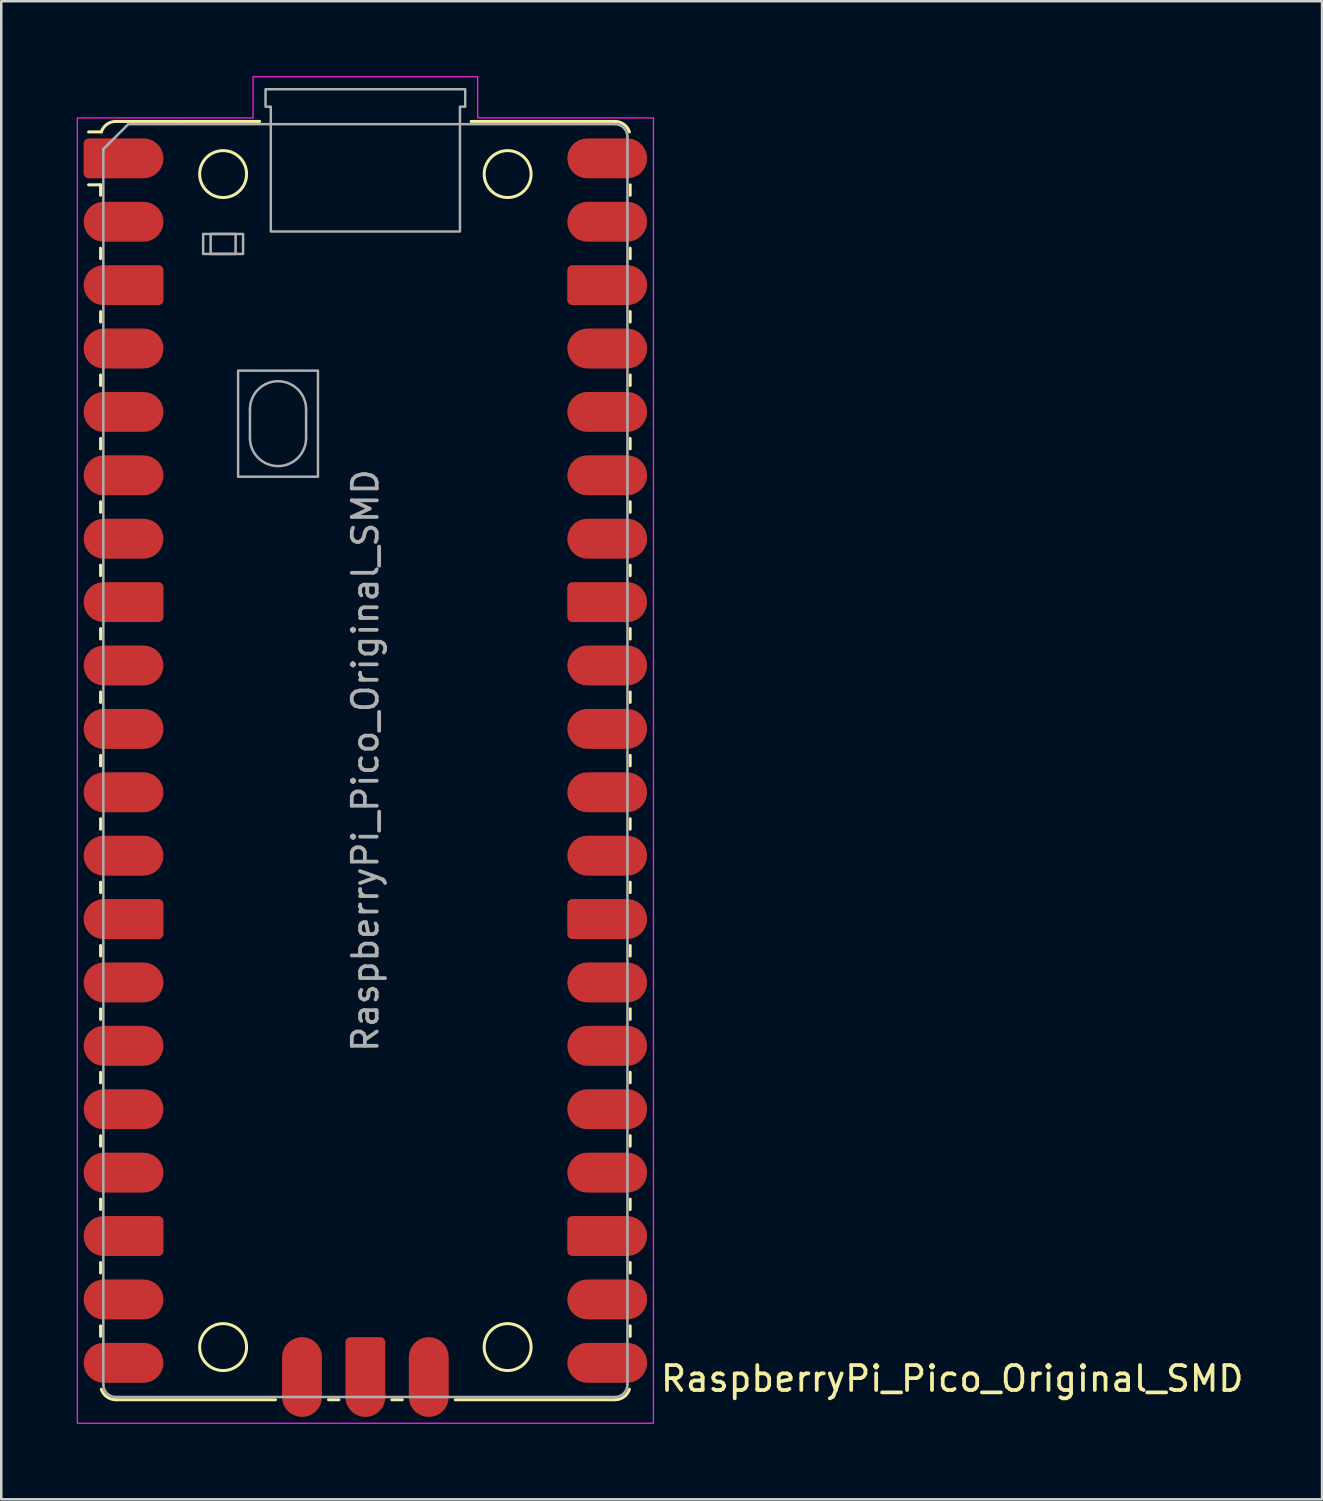
<source format=kicad_pcb>
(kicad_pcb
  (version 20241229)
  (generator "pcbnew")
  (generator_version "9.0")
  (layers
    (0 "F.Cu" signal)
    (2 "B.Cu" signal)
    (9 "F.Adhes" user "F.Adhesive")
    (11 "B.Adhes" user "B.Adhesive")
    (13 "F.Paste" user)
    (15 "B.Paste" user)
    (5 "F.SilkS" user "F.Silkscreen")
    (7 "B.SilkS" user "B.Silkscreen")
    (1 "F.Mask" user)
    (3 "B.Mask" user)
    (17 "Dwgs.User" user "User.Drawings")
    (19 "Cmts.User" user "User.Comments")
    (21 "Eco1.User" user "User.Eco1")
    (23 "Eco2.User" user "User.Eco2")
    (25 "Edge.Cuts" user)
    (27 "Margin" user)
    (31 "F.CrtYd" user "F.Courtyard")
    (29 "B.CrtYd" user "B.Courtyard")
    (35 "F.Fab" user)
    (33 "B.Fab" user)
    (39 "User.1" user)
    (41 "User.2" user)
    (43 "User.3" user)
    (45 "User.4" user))
  (footprint "RaspberryPi_Pico_Original_SMD"
    (layer "F.Cu")
    (at 11.59 27.425)
    (property "Reference" "RaspberryPi_Pico_Original_SMD" (at 11.748 24.765 0) (unlocked yes) (layer "F.SilkS") (effects (font (size 1 1) (thickness 0.15)) (justify left)))
    (attr smd)
    (fp_line (start -10.61 -23.07) (end -11.09 -23.07) (stroke (width 0.12) (type solid)) (layer "F.SilkS"))
    (fp_line (start -10.61 -23.07) (end -10.61 -22.65) (stroke (width 0.12) (type solid)) (layer "F.SilkS"))
    (fp_line (start -10.61 -20.53) (end -10.61 -20.11) (stroke (width 0.12) (type solid)) (layer "F.SilkS"))
    (fp_line (start -10.61 -17.99) (end -10.61 -17.57) (stroke (width 0.12) (type solid)) (layer "F.SilkS"))
    (fp_line (start -10.61 -15.45) (end -10.61 -15.03) (stroke (width 0.12) (type solid)) (layer "F.SilkS"))
    (fp_line (start -10.61 -12.91) (end -10.61 -12.49) (stroke (width 0.12) (type solid)) (layer "F.SilkS"))
    (fp_line (start -10.61 -10.37) (end -10.61 -9.95) (stroke (width 0.12) (type solid)) (layer "F.SilkS"))
    (fp_line (start -10.61 -7.83) (end -10.61 -7.41) (stroke (width 0.12) (type solid)) (layer "F.SilkS"))
    (fp_line (start -10.61 -5.29) (end -10.61 -4.87) (stroke (width 0.12) (type solid)) (layer "F.SilkS"))
    (fp_line (start -10.61 -2.75) (end -10.61 -2.33) (stroke (width 0.12) (type solid)) (layer "F.SilkS"))
    (fp_line (start -10.61 -0.21) (end -10.61 0.21) (stroke (width 0.12) (type solid)) (layer "F.SilkS"))
    (fp_line (start -10.61 2.33) (end -10.61 2.75) (stroke (width 0.12) (type solid)) (layer "F.SilkS"))
    (fp_line (start -10.61 4.87) (end -10.61 5.29) (stroke (width 0.12) (type solid)) (layer "F.SilkS"))
    (fp_line (start -10.61 7.41) (end -10.61 7.83) (stroke (width 0.12) (type solid)) (layer "F.SilkS"))
    (fp_line (start -10.61 9.95) (end -10.61 10.37) (stroke (width 0.12) (type solid)) (layer "F.SilkS"))
    (fp_line (start -10.61 12.49) (end -10.61 12.91) (stroke (width 0.12) (type solid)) (layer "F.SilkS"))
    (fp_line (start -10.61 15.03) (end -10.61 15.45) (stroke (width 0.12) (type solid)) (layer "F.SilkS"))
    (fp_line (start -10.61 17.57) (end -10.61 17.99) (stroke (width 0.12) (type solid)) (layer "F.SilkS"))
    (fp_line (start -10.61 20.11) (end -10.61 20.53) (stroke (width 0.12) (type solid)) (layer "F.SilkS"))
    (fp_line (start -10.61 22.65) (end -10.61 23.07) (stroke (width 0.12) (type solid)) (layer "F.SilkS"))
    (fp_line (start -10.58 -25.19) (end -11.09 -25.19) (stroke (width 0.12) (type solid)) (layer "F.SilkS"))
    (fp_line (start -10 -25.61) (end -7.51 -25.61) (stroke (width 0.12) (type solid)) (layer "F.SilkS"))
    (fp_line (start -10 25.61) (end -3.6 25.61) (stroke (width 0.12) (type solid)) (layer "F.SilkS"))
    (fp_line (start -7.51 -25.61) (end -4.235 -25.61) (stroke (width 0.12) (type solid)) (layer "F.SilkS"))
    (fp_line (start -1.48 25.61) (end -1.06 25.61) (stroke (width 0.12) (type solid)) (layer "F.SilkS"))
    (fp_line (start 1.06 25.61) (end 1.48 25.61) (stroke (width 0.12) (type solid)) (layer "F.SilkS"))
    (fp_line (start 3.6 25.61) (end 10 25.61) (stroke (width 0.12) (type solid)) (layer "F.SilkS"))
    (fp_line (start 4.235 -25.61) (end 7.51 -25.61) (stroke (width 0.12) (type solid)) (layer "F.SilkS"))
    (fp_line (start 10 -25.61) (end 7.51 -25.61) (stroke (width 0.12) (type solid)) (layer "F.SilkS"))
    (fp_line (start 10.61 -23.07) (end 10.61 -22.65) (stroke (width 0.12) (type solid)) (layer "F.SilkS"))
    (fp_line (start 10.61 -20.53) (end 10.61 -20.11) (stroke (width 0.12) (type solid)) (layer "F.SilkS"))
    (fp_line (start 10.61 -17.99) (end 10.61 -17.57) (stroke (width 0.12) (type solid)) (layer "F.SilkS"))
    (fp_line (start 10.61 -15.45) (end 10.61 -15.03) (stroke (width 0.12) (type solid)) (layer "F.SilkS"))
    (fp_line (start 10.61 -12.91) (end 10.61 -12.49) (stroke (width 0.12) (type solid)) (layer "F.SilkS"))
    (fp_line (start 10.61 -10.37) (end 10.61 -9.95) (stroke (width 0.12) (type solid)) (layer "F.SilkS"))
    (fp_line (start 10.61 -7.83) (end 10.61 -7.41) (stroke (width 0.12) (type solid)) (layer "F.SilkS"))
    (fp_line (start 10.61 -5.29) (end 10.61 -4.87) (stroke (width 0.12) (type solid)) (layer "F.SilkS"))
    (fp_line (start 10.61 -2.75) (end 10.61 -2.33) (stroke (width 0.12) (type solid)) (layer "F.SilkS"))
    (fp_line (start 10.61 -0.21) (end 10.61 0.21) (stroke (width 0.12) (type solid)) (layer "F.SilkS"))
    (fp_line (start 10.61 2.33) (end 10.61 2.75) (stroke (width 0.12) (type solid)) (layer "F.SilkS"))
    (fp_line (start 10.61 4.87) (end 10.61 5.29) (stroke (width 0.12) (type solid)) (layer "F.SilkS"))
    (fp_line (start 10.61 7.41) (end 10.61 7.83) (stroke (width 0.12) (type solid)) (layer "F.SilkS"))
    (fp_line (start 10.61 9.95) (end 10.61 10.37) (stroke (width 0.12) (type solid)) (layer "F.SilkS"))
    (fp_line (start 10.61 12.49) (end 10.61 12.91) (stroke (width 0.12) (type solid)) (layer "F.SilkS"))
    (fp_line (start 10.61 15.03) (end 10.61 15.45) (stroke (width 0.12) (type solid)) (layer "F.SilkS"))
    (fp_line (start 10.61 17.57) (end 10.61 17.99) (stroke (width 0.12) (type solid)) (layer "F.SilkS"))
    (fp_line (start 10.61 20.11) (end 10.61 20.53) (stroke (width 0.12) (type solid)) (layer "F.SilkS"))
    (fp_line (start 10.61 22.65) (end 10.61 23.07) (stroke (width 0.12) (type solid)) (layer "F.SilkS"))
    (fp_arc (start -10.579676 -25.19) (mid -10.357938 -25.493944) (end -10 -25.61) (stroke (width 0.12) (type solid)) (layer "F.SilkS"))
    (fp_arc (start -10 25.61) (mid -10.357937 25.493944) (end -10.579676 25.189937) (stroke (width 0.12) (type solid)) (layer "F.SilkS"))
    (fp_arc (start 10 -25.61) (mid 10.357937 -25.493944) (end 10.579676 -25.189937) (stroke (width 0.12) (type solid)) (layer "F.SilkS"))
    (fp_arc (start 10.579676 25.189937) (mid 10.357958 25.493991) (end 10 25.61) (stroke (width 0.12) (type solid)) (layer "F.SilkS"))
    (fp_circle (center -5.7 -23.5) (end -4.76 -23.5) (stroke (width 0.12) (type solid)) (fill no) (layer "F.SilkS"))
    (fp_circle (center -5.7 23.5) (end -4.76 23.5) (stroke (width 0.12) (type solid)) (fill no) (layer "F.SilkS"))
    (fp_circle (center 5.7 -23.5) (end 6.64 -23.5) (stroke (width 0.12) (type solid)) (fill no) (layer "F.SilkS"))
    (fp_circle (center 5.7 23.5) (end 6.64 23.5) (stroke (width 0.12) (type solid)) (fill no) (layer "F.SilkS"))
    (fp_poly (pts (xy -4.5 -27.4) (xy 4.5 -27.4) (xy 4.5 -25.75) (xy 11.54 -25.75) (xy 11.54 26.55) (xy -11.54 26.55) (xy -11.54 -25.75) (xy -4.5 -25.75)) (stroke (width 0.05) (type solid)) (fill no) (layer "F.CrtYd"))
    (fp_line (start -10.5 -24.5) (end -9.5 -25.5) (stroke (width 0.1) (type solid)) (layer "F.Fab"))
    (fp_line (start -10.5 25) (end -10.5 -24.5) (stroke (width 0.1) (type solid)) (layer "F.Fab"))
    (fp_line (start -9.5 -25.5) (end 10 -25.5) (stroke (width 0.1) (type solid)) (layer "F.Fab"))
    (fp_line (start -4.625 -14.075) (end -4.625 -12.925) (stroke (width 0.1) (type solid)) (layer "F.Fab"))
    (fp_line (start -2.375 -14.075) (end -2.375 -12.925) (stroke (width 0.1) (type solid)) (layer "F.Fab"))
    (fp_line (start 10 25.5) (end -10 25.5) (stroke (width 0.1) (type solid)) (layer "F.Fab"))
    (fp_line (start 10.5 -25) (end 10.5 25) (stroke (width 0.1) (type solid)) (layer "F.Fab"))
    (fp_rect (start -6.5 -21.1) (end -4.9 -20.3) (stroke (width 0.1) (type solid)) (fill no) (layer "F.Fab"))
    (fp_rect (start -6.2 -21.1) (end -5.2 -20.3) (stroke (width 0.1) (type solid)) (fill no) (layer "F.Fab"))
    (fp_rect (start -5.1 -15.625) (end -1.9 -11.375) (stroke (width 0.1) (type solid)) (fill no) (layer "F.Fab"))
    (fp_arc (start -10 25.5) (mid -10.353553 25.353553) (end -10.5 25) (stroke (width 0.1) (type solid)) (layer "F.Fab"))
    (fp_arc (start -4.625 -14.075) (mid -3.5 -15.2) (end -2.375 -14.075) (stroke (width 0.1) (type solid)) (layer "F.Fab"))
    (fp_arc (start -2.375 -12.925) (mid -3.5 -11.8) (end -4.625 -12.925) (stroke (width 0.1) (type solid)) (layer "F.Fab"))
    (fp_arc (start 10 -25.5) (mid 10.353553 -25.353553) (end 10.5 -25) (stroke (width 0.1) (type solid)) (layer "F.Fab"))
    (fp_arc (start 10.5 25) (mid 10.353553 25.353553) (end 10 25.5) (stroke (width 0.1) (type solid)) (layer "F.Fab"))
    (fp_poly (pts (xy 3.79 -21.2) (xy 3.79 -26.2) (xy 4 -26.2) (xy 4 -26.9) (xy -4 -26.9) (xy -4 -26.2) (xy -3.79 -26.2) (xy -3.79 -21.2)) (stroke (width 0.1) (type solid)) (fill no) (layer "F.Fab"))
    (fp_text user "${REFERENCE}" (at 0 0 90) (layer "F.Fab") (effects (font (size 1 1) (thickness 0.15))))
    (pad "" smd rect (at -8.89 -24.13) (size 3.8 2.2) (drill (offset -0.8 0)) (layers "F.Paste"))
    (pad "" smd rect (at -8.89 -21.59) (size 3.8 2.2) (drill (offset -0.8 0)) (layers "F.Paste"))
    (pad "" smd rect (at -8.89 -19.05) (size 3.8 2.2) (drill (offset -0.8 0)) (layers "F.Paste"))
    (pad "" smd rect (at -8.89 -16.51) (size 3.8 2.2) (drill (offset -0.8 0)) (layers "F.Paste"))
    (pad "" smd rect (at -8.89 -13.97) (size 3.8 2.2) (drill (offset -0.8 0)) (layers "F.Paste"))
    (pad "" smd rect (at -8.89 -11.43) (size 3.8 2.2) (drill (offset -0.8 0)) (layers "F.Paste"))
    (pad "" smd rect (at -8.89 -8.89) (size 3.8 2.2) (drill (offset -0.8 0)) (layers "F.Paste"))
    (pad "" smd rect (at -8.89 -6.35) (size 3.8 2.2) (drill (offset -0.8 0)) (layers "F.Paste"))
    (pad "" smd rect (at -8.89 -3.81) (size 3.8 2.2) (drill (offset -0.8 0)) (layers "F.Paste"))
    (pad "" smd rect (at -8.89 -1.27) (size 3.8 2.2) (drill (offset -0.8 0)) (layers "F.Paste"))
    (pad "" smd rect (at -8.89 1.27) (size 3.8 2.2) (drill (offset -0.8 0)) (layers "F.Paste"))
    (pad "" smd rect (at -8.89 3.81) (size 3.8 2.2) (drill (offset -0.8 0)) (layers "F.Paste"))
    (pad "" smd rect (at -8.89 6.35) (size 3.8 2.2) (drill (offset -0.8 0)) (layers "F.Paste"))
    (pad "" smd rect (at -8.89 8.89) (size 3.8 2.2) (drill (offset -0.8 0)) (layers "F.Paste"))
    (pad "" smd rect (at -8.89 11.43) (size 3.8 2.2) (drill (offset -0.8 0)) (layers "F.Paste"))
    (pad "" smd rect (at -8.89 13.97) (size 3.8 2.2) (drill (offset -0.8 0)) (layers "F.Paste"))
    (pad "" smd rect (at -8.89 16.51) (size 3.8 2.2) (drill (offset -0.8 0)) (layers "F.Paste"))
    (pad "" smd rect (at -8.89 19.05) (size 3.8 2.2) (drill (offset -0.8 0)) (layers "F.Paste"))
    (pad "" smd rect (at -8.89 21.59) (size 3.8 2.2) (drill (offset -0.8 0)) (layers "F.Paste"))
    (pad "" smd rect (at -8.89 24.13) (size 3.8 2.2) (drill (offset -0.8 0)) (layers "F.Paste"))
    (pad "" smd rect (at -2.54 23.9) (size 2.2 3.8) (drill (offset 0 0.8)) (layers "F.Paste"))
    (pad "" smd rect (at 0 23.9) (size 2.2 3.8) (drill (offset 0 0.8)) (layers "F.Paste"))
    (pad "" smd rect (at 2.54 23.9) (size 2.2 3.8) (drill (offset 0 0.8)) (layers "F.Paste"))
    (pad "" smd rect (at 8.89 -24.13) (size 3.8 2.2) (drill (offset 0.8 0)) (layers "F.Paste"))
    (pad "" smd rect (at 8.89 -21.59) (size 3.8 2.2) (drill (offset 0.8 0)) (layers "F.Paste"))
    (pad "" smd rect (at 8.89 -19.05) (size 3.8 2.2) (drill (offset 0.8 0)) (layers "F.Paste"))
    (pad "" smd rect (at 8.89 -16.51) (size 3.8 2.2) (drill (offset 0.8 0)) (layers "F.Paste"))
    (pad "" smd rect (at 8.89 -13.97) (size 3.8 2.2) (drill (offset 0.8 0)) (layers "F.Paste"))
    (pad "" smd rect (at 8.89 -11.43) (size 3.8 2.2) (drill (offset 0.8 0)) (layers "F.Paste"))
    (pad "" smd rect (at 8.89 -8.89) (size 3.8 2.2) (drill (offset 0.8 0)) (layers "F.Paste"))
    (pad "" smd rect (at 8.89 -6.35) (size 3.8 2.2) (drill (offset 0.8 0)) (layers "F.Paste"))
    (pad "" smd rect (at 8.89 -3.81) (size 3.8 2.2) (drill (offset 0.8 0)) (layers "F.Paste"))
    (pad "" smd rect (at 8.89 -1.27) (size 3.8 2.2) (drill (offset 0.8 0)) (layers "F.Paste"))
    (pad "" smd rect (at 8.89 1.27) (size 3.8 2.2) (drill (offset 0.8 0)) (layers "F.Paste"))
    (pad "" smd rect (at 8.89 3.81) (size 3.8 2.2) (drill (offset 0.8 0)) (layers "F.Paste"))
    (pad "" smd rect (at 8.89 6.35) (size 3.8 2.2) (drill (offset 0.8 0)) (layers "F.Paste"))
    (pad "" smd rect (at 8.89 8.89) (size 3.8 2.2) (drill (offset 0.8 0)) (layers "F.Paste"))
    (pad "" smd rect (at 8.89 11.43) (size 3.8 2.2) (drill (offset 0.8 0)) (layers "F.Paste"))
    (pad "" smd rect (at 8.89 13.97) (size 3.8 2.2) (drill (offset 0.8 0)) (layers "F.Paste"))
    (pad "" smd rect (at 8.89 16.51) (size 3.8 2.2) (drill (offset 0.8 0)) (layers "F.Paste"))
    (pad "" smd rect (at 8.89 19.05) (size 3.8 2.2) (drill (offset 0.8 0)) (layers "F.Paste"))
    (pad "" smd rect (at 8.89 21.59) (size 3.8 2.2) (drill (offset 0.8 0)) (layers "F.Paste"))
    (pad "" smd rect (at 8.89 24.13) (size 3.8 2.2) (drill (offset 0.8 0)) (layers "F.Paste"))
    (pad "1" smd custom (at -8.89 -24.13) (size 1.6 1.6) (layers "F.Cu" "F.Mask") (options (anchor circle)) (primitives (gr_poly (pts (xy -2.4 0.6) (xy -2.4 -0.6) (xy -2.2 -0.8) (xy 0 -0.8) (xy 0 0.8) (xy -2.2 0.8)) (width 0) (fill yes)) (gr_circle (center -2.2 0.6) (end -2 0.6) (width 0) (fill yes)) (gr_circle (center -2.2 -0.6) (end -2 -0.6) (width 0) (fill yes))))
    (pad "2" smd roundrect (at -8.89 -21.59) (size 3.2 1.6) (drill (offset -0.8 0)) (layers "F.Cu" "F.Mask") (roundrect_rratio 0.5))
    (pad "3" smd custom (at -8.89 -19.05) (size 1.6 1.6) (layers "F.Cu" "F.Mask") (options (anchor circle)) (primitives (gr_poly (pts (xy 0.8 -0.6) (xy 0.8 0.6) (xy 0.6 0.8) (xy -1.6 0.8) (xy -1.6 -0.8) (xy 0.6 -0.8)) (width 0) (fill yes)) (gr_circle (center 0.6 0.6) (end 0.8 0.6) (width 0) (fill yes)) (gr_circle (center 0.6 -0.6) (end 0.8 -0.6) (width 0) (fill yes)) (gr_circle (center -1.6 0) (end -0.8 0) (width 0) (fill yes))))
    (pad "4" smd roundrect (at -8.89 -16.51) (size 3.2 1.6) (drill (offset -0.8 0)) (layers "F.Cu" "F.Mask") (roundrect_rratio 0.5))
    (pad "5" smd roundrect (at -8.89 -13.97) (size 3.2 1.6) (drill (offset -0.8 0)) (layers "F.Cu" "F.Mask") (roundrect_rratio 0.5))
    (pad "6" smd roundrect (at -8.89 -11.43) (size 3.2 1.6) (drill (offset -0.8 0)) (layers "F.Cu" "F.Mask") (roundrect_rratio 0.5))
    (pad "7" smd roundrect (at -8.89 -8.89) (size 3.2 1.6) (drill (offset -0.8 0)) (layers "F.Cu" "F.Mask") (roundrect_rratio 0.5))
    (pad "8" smd custom (at -8.89 -6.35) (size 1.6 1.6) (layers "F.Cu" "F.Mask") (options (anchor circle)) (primitives (gr_poly (pts (xy 0.8 -0.6) (xy 0.8 0.6) (xy 0.6 0.8) (xy -1.6 0.8) (xy -1.6 -0.8) (xy 0.6 -0.8)) (width 0) (fill yes)) (gr_circle (center 0.6 0.6) (end 0.8 0.6) (width 0) (fill yes)) (gr_circle (center 0.6 -0.6) (end 0.8 -0.6) (width 0) (fill yes)) (gr_circle (center -1.6 0) (end -0.8 0) (width 0) (fill yes))))
    (pad "9" smd roundrect (at -8.89 -3.81) (size 3.2 1.6) (drill (offset -0.8 0)) (layers "F.Cu" "F.Mask") (roundrect_rratio 0.5))
    (pad "10" smd roundrect (at -8.89 -1.27) (size 3.2 1.6) (drill (offset -0.8 0)) (layers "F.Cu" "F.Mask") (roundrect_rratio 0.5))
    (pad "11" smd roundrect (at -8.89 1.27) (size 3.2 1.6) (drill (offset -0.8 0)) (layers "F.Cu" "F.Mask") (roundrect_rratio 0.5))
    (pad "12" smd roundrect (at -8.89 3.81) (size 3.2 1.6) (drill (offset -0.8 0)) (layers "F.Cu" "F.Mask") (roundrect_rratio 0.5))
    (pad "13" smd custom (at -8.89 6.35) (size 1.6 1.6) (layers "F.Cu" "F.Mask") (options (anchor circle)) (primitives (gr_poly (pts (xy 0.8 -0.6) (xy 0.8 0.6) (xy 0.6 0.8) (xy -1.6 0.8) (xy -1.6 -0.8) (xy 0.6 -0.8)) (width 0) (fill yes)) (gr_circle (center 0.6 0.6) (end 0.8 0.6) (width 0) (fill yes)) (gr_circle (center 0.6 -0.6) (end 0.8 -0.6) (width 0) (fill yes)) (gr_circle (center -1.6 0) (end -0.8 0) (width 0) (fill yes))))
    (pad "14" smd roundrect (at -8.89 8.89) (size 3.2 1.6) (drill (offset -0.8 0)) (layers "F.Cu" "F.Mask") (roundrect_rratio 0.5))
    (pad "15" smd roundrect (at -8.89 11.43) (size 3.2 1.6) (drill (offset -0.8 0)) (layers "F.Cu" "F.Mask") (roundrect_rratio 0.5))
    (pad "16" smd roundrect (at -8.89 13.97) (size 3.2 1.6) (drill (offset -0.8 0)) (layers "F.Cu" "F.Mask") (roundrect_rratio 0.5))
    (pad "17" smd roundrect (at -8.89 16.51) (size 3.2 1.6) (drill (offset -0.8 0)) (layers "F.Cu" "F.Mask") (roundrect_rratio 0.5))
    (pad "18" smd custom (at -8.89 19.05) (size 1.6 1.6) (layers "F.Cu" "F.Mask") (options (anchor circle)) (primitives (gr_poly (pts (xy 0.8 -0.6) (xy 0.8 0.6) (xy 0.6 0.8) (xy -1.6 0.8) (xy -1.6 -0.8) (xy 0.6 -0.8)) (width 0) (fill yes)) (gr_circle (center 0.6 0.6) (end 0.8 0.6) (width 0) (fill yes)) (gr_circle (center 0.6 -0.6) (end 0.8 -0.6) (width 0) (fill yes)) (gr_circle (center -1.6 0) (end -0.8 0) (width 0) (fill yes))))
    (pad "19" smd roundrect (at -8.89 21.59) (size 3.2 1.6) (drill (offset -0.8 0)) (layers "F.Cu" "F.Mask") (roundrect_rratio 0.5))
    (pad "20" smd roundrect (at -8.89 24.13) (size 3.2 1.6) (drill (offset -0.8 0)) (layers "F.Cu" "F.Mask") (roundrect_rratio 0.5))
    (pad "21" smd roundrect (at 8.89 24.13) (size 3.2 1.6) (drill (offset 0.8 0)) (layers "F.Cu" "F.Mask") (roundrect_rratio 0.5))
    (pad "22" smd roundrect (at 8.89 21.59) (size 3.2 1.6) (drill (offset 0.8 0)) (layers "F.Cu" "F.Mask") (roundrect_rratio 0.5))
    (pad "23" smd custom (at 8.89 19.05) (size 1.6 1.6) (layers "F.Cu" "F.Mask") (options (anchor circle)) (primitives (gr_poly (pts (xy -0.8 -0.6) (xy -0.8 0.6) (xy -0.6 0.8) (xy 1.6 0.8) (xy 1.6 -0.8) (xy -0.6 -0.8)) (width 0) (fill yes)) (gr_circle (center -0.6 0.6) (end -0.4 0.6) (width 0) (fill yes)) (gr_circle (center -0.6 -0.6) (end -0.4 -0.6) (width 0) (fill yes)) (gr_circle (center 1.6 0) (end 2.4 0) (width 0) (fill yes))))
    (pad "24" smd roundrect (at 8.89 16.51) (size 3.2 1.6) (drill (offset 0.8 0)) (layers "F.Cu" "F.Mask") (roundrect_rratio 0.5))
    (pad "25" smd roundrect (at 8.89 13.97) (size 3.2 1.6) (drill (offset 0.8 0)) (layers "F.Cu" "F.Mask") (roundrect_rratio 0.5))
    (pad "26" smd roundrect (at 8.89 11.43) (size 3.2 1.6) (drill (offset 0.8 0)) (layers "F.Cu" "F.Mask") (roundrect_rratio 0.5))
    (pad "27" smd roundrect (at 8.89 8.89) (size 3.2 1.6) (drill (offset 0.8 0)) (layers "F.Cu" "F.Mask") (roundrect_rratio 0.5))
    (pad "28" smd custom (at 8.89 6.35) (size 1.6 1.6) (layers "F.Cu" "F.Mask") (options (anchor circle)) (primitives (gr_poly (pts (xy -0.8 -0.6) (xy -0.8 0.6) (xy -0.6 0.8) (xy 1.6 0.8) (xy 1.6 -0.8) (xy -0.6 -0.8)) (width 0) (fill yes)) (gr_circle (center -0.6 0.6) (end -0.4 0.6) (width 0) (fill yes)) (gr_circle (center -0.6 -0.6) (end -0.4 -0.6) (width 0) (fill yes)) (gr_circle (center 1.6 0) (end 2.4 0) (width 0) (fill yes))))
    (pad "29" smd roundrect (at 8.89 3.81) (size 3.2 1.6) (drill (offset 0.8 0)) (layers "F.Cu" "F.Mask") (roundrect_rratio 0.5))
    (pad "30" smd roundrect (at 8.89 1.27) (size 3.2 1.6) (drill (offset 0.8 0)) (layers "F.Cu" "F.Mask") (roundrect_rratio 0.5))
    (pad "31" smd roundrect (at 8.89 -1.27) (size 3.2 1.6) (drill (offset 0.8 0)) (layers "F.Cu" "F.Mask") (roundrect_rratio 0.5))
    (pad "32" smd roundrect (at 8.89 -3.81) (size 3.2 1.6) (drill (offset 0.8 0)) (layers "F.Cu" "F.Mask") (roundrect_rratio 0.5))
    (pad "33" smd custom (at 8.89 -6.35) (size 1.6 1.6) (layers "F.Cu" "F.Mask") (options (anchor circle)) (primitives (gr_poly (pts (xy -0.8 -0.6) (xy -0.8 0.6) (xy -0.6 0.8) (xy 1.6 0.8) (xy 1.6 -0.8) (xy -0.6 -0.8)) (width 0) (fill yes)) (gr_circle (center -0.6 0.6) (end -0.4 0.6) (width 0) (fill yes)) (gr_circle (center -0.6 -0.6) (end -0.4 -0.6) (width 0) (fill yes)) (gr_circle (center 1.6 0) (end 2.4 0) (width 0) (fill yes))))
    (pad "34" smd roundrect (at 8.89 -8.89) (size 3.2 1.6) (drill (offset 0.8 0)) (layers "F.Cu" "F.Mask") (roundrect_rratio 0.5))
    (pad "35" smd roundrect (at 8.89 -11.43) (size 3.2 1.6) (drill (offset 0.8 0)) (layers "F.Cu" "F.Mask") (roundrect_rratio 0.5))
    (pad "36" smd roundrect (at 8.89 -13.97) (size 3.2 1.6) (drill (offset 0.8 0)) (layers "F.Cu" "F.Mask") (roundrect_rratio 0.5))
    (pad "37" smd roundrect (at 8.89 -16.51) (size 3.2 1.6) (drill (offset 0.8 0)) (layers "F.Cu" "F.Mask") (roundrect_rratio 0.5))
    (pad "38" smd custom (at 8.89 -19.05) (size 1.6 1.6) (layers "F.Cu" "F.Mask") (options (anchor circle)) (primitives (gr_poly (pts (xy -0.8 -0.6) (xy -0.8 0.6) (xy -0.6 0.8) (xy 1.6 0.8) (xy 1.6 -0.8) (xy -0.6 -0.8)) (width 0) (fill yes)) (gr_circle (center -0.6 0.6) (end -0.4 0.6) (width 0) (fill yes)) (gr_circle (center -0.6 -0.6) (end -0.4 -0.6) (width 0) (fill yes)) (gr_circle (center 1.6 0) (end 2.4 0) (width 0) (fill yes))))
    (pad "39" smd roundrect (at 8.89 -21.59) (size 3.2 1.6) (drill (offset 0.8 0)) (layers "F.Cu" "F.Mask") (roundrect_rratio 0.5))
    (pad "40" smd roundrect (at 8.89 -24.13) (size 3.2 1.6) (drill (offset 0.8 0)) (layers "F.Cu" "F.Mask") (roundrect_rratio 0.5))
    (pad "D1" smd roundrect (at -2.54 23.9 90) (size 3.2 1.6) (drill (offset -0.8 0)) (layers "F.Cu" "F.Mask") (roundrect_rratio 0.5))
    (pad "D2" smd custom (at 0 23.9 270) (size 1.6 1.6) (layers "F.Cu" "F.Mask") (options (anchor circle)) (primitives (gr_poly (pts (xy -0.8 -0.6) (xy -0.8 0.6) (xy -0.6 0.8) (xy 1.6 0.8) (xy 1.6 -0.8) (xy -0.6 -0.8)) (width 0) (fill yes)) (gr_circle (center -0.6 0.6) (end -0.4 0.6) (width 0) (fill yes)) (gr_circle (center -0.6 -0.6) (end -0.4 -0.6) (width 0) (fill yes)) (gr_circle (center 1.6 0) (end 2.4 0) (width 0) (fill yes))))
    (pad "D3" smd roundrect (at 2.54 23.9 90) (size 3.2 1.6) (drill (offset -0.8 0)) (layers "F.Cu" "F.Mask") (roundrect_rratio 0.5)))
  (gr_rect
    (start -3 -3)
    (end 49.921 57.025)
    (stroke (width 0.1) (type default))
    (fill no)
    (layer "Edge.Cuts")))
</source>
